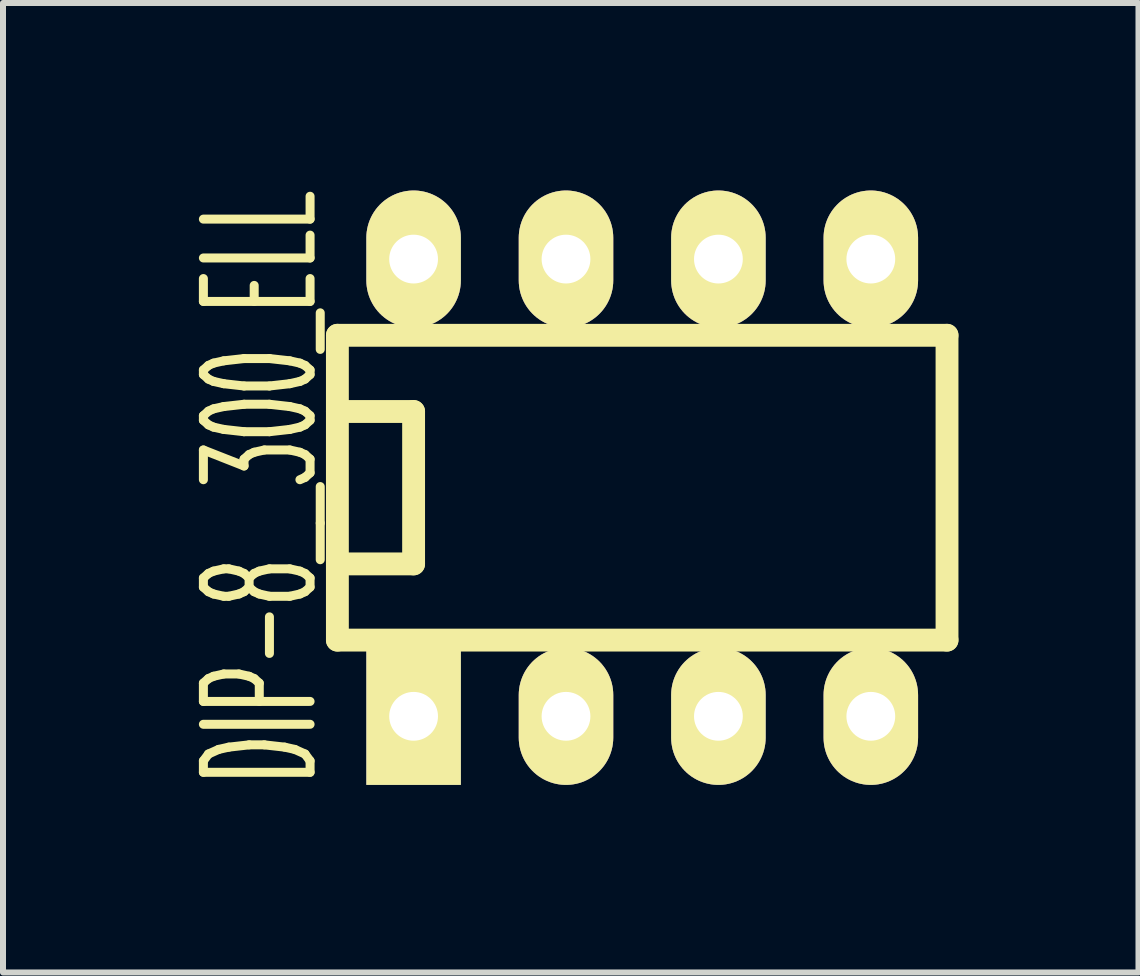
<source format=kicad_pcb>
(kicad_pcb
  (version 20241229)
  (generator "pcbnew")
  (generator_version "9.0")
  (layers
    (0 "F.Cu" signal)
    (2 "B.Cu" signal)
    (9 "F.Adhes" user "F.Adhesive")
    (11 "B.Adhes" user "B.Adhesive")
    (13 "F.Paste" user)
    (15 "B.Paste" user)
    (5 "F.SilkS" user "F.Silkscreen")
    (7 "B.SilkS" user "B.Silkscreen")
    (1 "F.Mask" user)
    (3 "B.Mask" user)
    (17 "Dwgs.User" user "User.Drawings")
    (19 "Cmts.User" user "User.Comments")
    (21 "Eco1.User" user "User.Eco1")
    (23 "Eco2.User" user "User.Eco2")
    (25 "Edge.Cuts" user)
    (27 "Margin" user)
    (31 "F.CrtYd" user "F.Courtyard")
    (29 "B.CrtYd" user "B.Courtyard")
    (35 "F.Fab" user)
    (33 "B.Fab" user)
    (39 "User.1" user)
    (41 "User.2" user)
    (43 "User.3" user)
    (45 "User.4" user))
  (footprint "DIP-8__300_ELL"
    (layer "F.Cu")
    (at 7.653 5.078)
    (property "Reference" "DIP-8__300_ELL" (at -6.35 0 90) (layer "F.SilkS") (effects (font (size 1.778 0.8) (thickness 0.15))))
    (attr through_hole)
    (fp_line (start -5.08 -2.54) (end 5.08 -2.54) (stroke (width 0.381) (type solid)) (layer "F.SilkS"))
    (fp_line (start -5.08 -1.27) (end -3.81 -1.27) (stroke (width 0.381) (type solid)) (layer "F.SilkS"))
    (fp_line (start -5.08 2.54) (end -5.08 -2.54) (stroke (width 0.381) (type solid)) (layer "F.SilkS"))
    (fp_line (start -3.81 -1.27) (end -3.81 1.27) (stroke (width 0.381) (type solid)) (layer "F.SilkS"))
    (fp_line (start -3.81 1.27) (end -5.08 1.27) (stroke (width 0.381) (type solid)) (layer "F.SilkS"))
    (fp_line (start 5.08 -2.54) (end 5.08 2.54) (stroke (width 0.381) (type solid)) (layer "F.SilkS"))
    (fp_line (start 5.08 2.54) (end -5.08 2.54) (stroke (width 0.381) (type solid)) (layer "F.SilkS"))
    (pad "1" thru_hole rect (at -3.81 3.81) (size 1.575 2.286) (drill 0.813) (layers "*.Cu" "*.Mask" "F.SilkS"))
    (pad "2" thru_hole oval (at -1.27 3.81) (size 1.575 2.286) (drill 0.813) (layers "*.Cu" "*.Mask" "F.SilkS"))
    (pad "3" thru_hole oval (at 1.27 3.81) (size 1.575 2.286) (drill 0.813) (layers "*.Cu" "*.Mask" "F.SilkS"))
    (pad "4" thru_hole oval (at 3.81 3.81) (size 1.575 2.286) (drill 0.813) (layers "*.Cu" "*.Mask" "F.SilkS"))
    (pad "5" thru_hole oval (at 3.81 -3.81) (size 1.575 2.286) (drill 0.813) (layers "*.Cu" "*.Mask" "F.SilkS"))
    (pad "6" thru_hole oval (at 1.27 -3.81) (size 1.575 2.286) (drill 0.813) (layers "*.Cu" "*.Mask" "F.SilkS"))
    (pad "7" thru_hole oval (at -1.27 -3.81) (size 1.575 2.286) (drill 0.813) (layers "*.Cu" "*.Mask" "F.SilkS"))
    (pad "8" thru_hole oval (at -3.81 -3.81) (size 1.575 2.286) (drill 0.813) (layers "*.Cu" "*.Mask" "F.SilkS")))
  (gr_rect
    (start -3 -3)
    (end 15.924 13.157)
    (stroke (width 0.1) (type default))
    (fill no)
    (layer "Edge.Cuts")))
</source>
